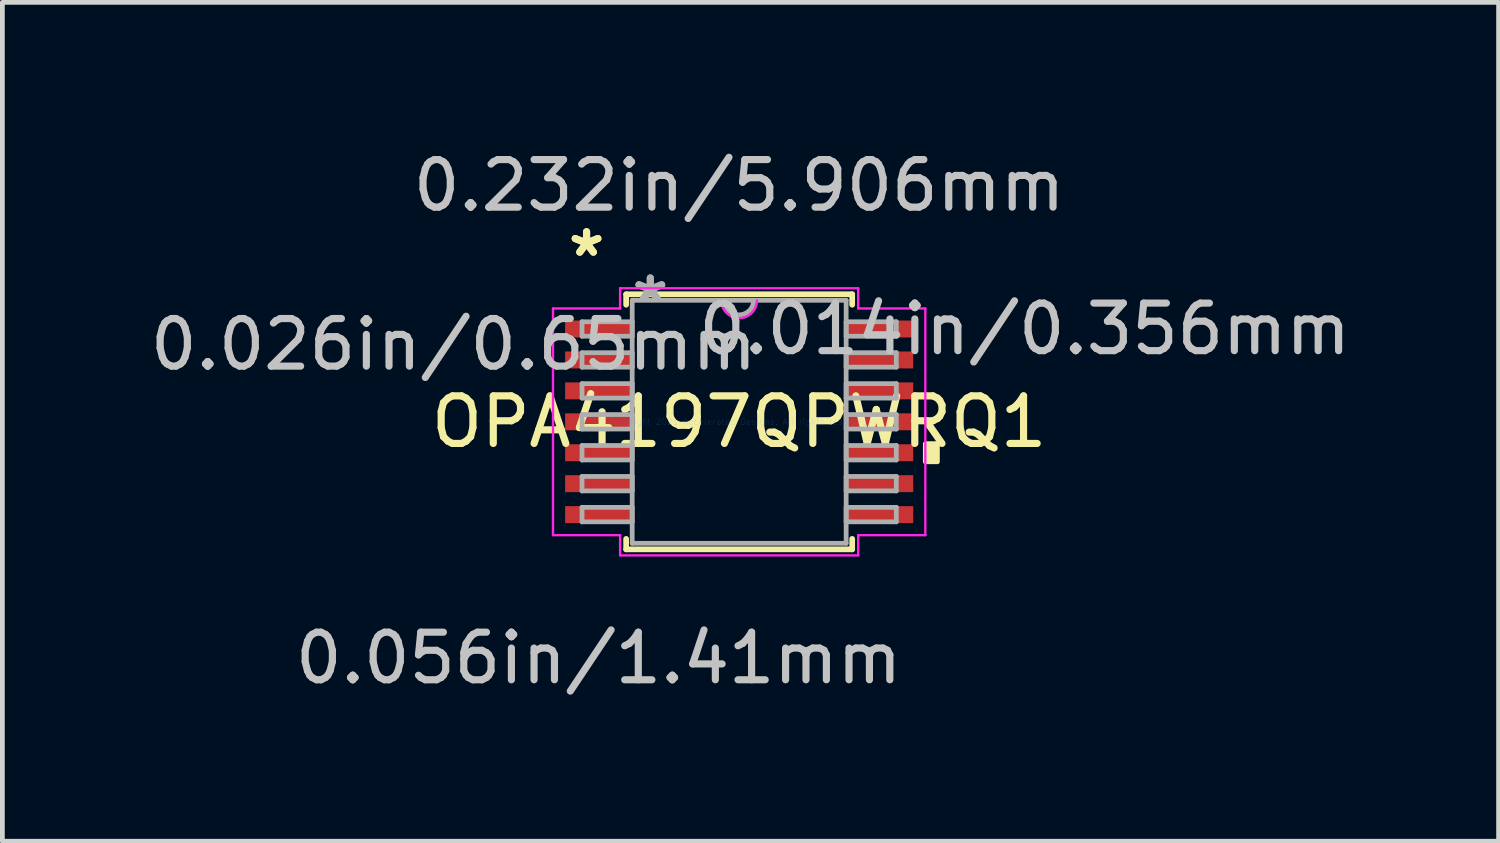
<source format=kicad_pcb>
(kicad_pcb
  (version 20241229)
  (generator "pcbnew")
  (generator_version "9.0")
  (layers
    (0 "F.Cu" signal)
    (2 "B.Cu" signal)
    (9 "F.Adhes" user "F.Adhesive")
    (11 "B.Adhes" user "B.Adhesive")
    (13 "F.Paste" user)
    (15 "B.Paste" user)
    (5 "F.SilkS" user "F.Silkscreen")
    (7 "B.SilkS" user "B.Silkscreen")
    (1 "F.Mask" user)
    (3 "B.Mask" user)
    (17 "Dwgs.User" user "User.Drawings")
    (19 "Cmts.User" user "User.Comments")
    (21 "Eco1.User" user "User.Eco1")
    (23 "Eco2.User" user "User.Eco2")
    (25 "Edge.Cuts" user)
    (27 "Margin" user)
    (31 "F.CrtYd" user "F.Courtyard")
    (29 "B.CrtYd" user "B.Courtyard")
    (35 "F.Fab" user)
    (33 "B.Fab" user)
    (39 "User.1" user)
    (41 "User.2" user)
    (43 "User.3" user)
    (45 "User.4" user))
  (footprint "OPA4197QPWRQ1"
    (layer "F.Cu")
    (at 12.483 5.814)
    (property "Reference" "OPA4197QPWRQ1" (at 0 0 0) (layer "F.SilkS") (effects (font (size 1 1) (thickness 0.15))))
    (attr through_hole)
    (fp_line (start -2.375 -2.68) (end -2.375 -2.46) (stroke (width 0.12) (type solid)) (layer "F.SilkS"))
    (fp_line (start -2.375 2.46) (end -2.375 2.68) (stroke (width 0.12) (type solid)) (layer "F.SilkS"))
    (fp_line (start -2.375 2.68) (end 2.375 2.68) (stroke (width 0.12) (type solid)) (layer "F.SilkS"))
    (fp_line (start 2.375 -2.68) (end -2.375 -2.68) (stroke (width 0.12) (type solid)) (layer "F.SilkS"))
    (fp_line (start 2.375 -2.46) (end 2.375 -2.68) (stroke (width 0.12) (type solid)) (layer "F.SilkS"))
    (fp_line (start 2.375 2.68) (end 2.375 2.46) (stroke (width 0.12) (type solid)) (layer "F.SilkS"))
    (fp_poly (pts (xy 4.166 0.459) (xy 4.166 0.84) (xy 3.912 0.84) (xy 3.912 0.459)) (stroke (width 0.1) (type solid)) (fill yes) (layer "F.SilkS"))
    (fp_line (start -3.912 -2.382) (end -2.502 -2.382) (stroke (width 0.05) (type solid)) (layer "F.CrtYd"))
    (fp_line (start -3.912 2.382) (end -3.912 -2.382) (stroke (width 0.05) (type solid)) (layer "F.CrtYd"))
    (fp_line (start -2.502 -2.807) (end 2.502 -2.807) (stroke (width 0.05) (type solid)) (layer "F.CrtYd"))
    (fp_line (start -2.502 -2.382) (end -2.502 -2.807) (stroke (width 0.05) (type solid)) (layer "F.CrtYd"))
    (fp_line (start -2.502 2.382) (end -3.912 2.382) (stroke (width 0.05) (type solid)) (layer "F.CrtYd"))
    (fp_line (start -2.502 2.807) (end -2.502 2.382) (stroke (width 0.05) (type solid)) (layer "F.CrtYd"))
    (fp_line (start 2.502 -2.807) (end 2.502 -2.382) (stroke (width 0.05) (type solid)) (layer "F.CrtYd"))
    (fp_line (start 2.502 -2.382) (end 3.912 -2.382) (stroke (width 0.05) (type solid)) (layer "F.CrtYd"))
    (fp_line (start 2.502 2.382) (end 2.502 2.807) (stroke (width 0.05) (type solid)) (layer "F.CrtYd"))
    (fp_line (start 2.502 2.807) (end -2.502 2.807) (stroke (width 0.05) (type solid)) (layer "F.CrtYd"))
    (fp_line (start 3.912 -2.382) (end 3.912 2.382) (stroke (width 0.05) (type solid)) (layer "F.CrtYd"))
    (fp_line (start 3.912 2.382) (end 2.502 2.382) (stroke (width 0.05) (type solid)) (layer "F.CrtYd"))
    (fp_arc (start 0.37465 -2.5527) (mid 0 -2.17805) (end -0.37465 -2.5527) (stroke (width 0.05) (type solid)) (layer "F.CrtYd"))
    (fp_line (start -3.302 -2.102) (end -3.302 -1.798) (stroke (width 0.1) (type solid)) (layer "F.Fab"))
    (fp_line (start -3.302 -1.798) (end -2.248 -1.798) (stroke (width 0.1) (type solid)) (layer "F.Fab"))
    (fp_line (start -3.302 -1.452) (end -3.302 -1.148) (stroke (width 0.1) (type solid)) (layer "F.Fab"))
    (fp_line (start -3.302 -1.148) (end -2.248 -1.148) (stroke (width 0.1) (type solid)) (layer "F.Fab"))
    (fp_line (start -3.302 -0.802) (end -3.302 -0.498) (stroke (width 0.1) (type solid)) (layer "F.Fab"))
    (fp_line (start -3.302 -0.498) (end -2.248 -0.498) (stroke (width 0.1) (type solid)) (layer "F.Fab"))
    (fp_line (start -3.302 -0.152) (end -3.302 0.152) (stroke (width 0.1) (type solid)) (layer "F.Fab"))
    (fp_line (start -3.302 0.152) (end -2.248 0.152) (stroke (width 0.1) (type solid)) (layer "F.Fab"))
    (fp_line (start -3.302 0.498) (end -3.302 0.802) (stroke (width 0.1) (type solid)) (layer "F.Fab"))
    (fp_line (start -3.302 0.802) (end -2.248 0.802) (stroke (width 0.1) (type solid)) (layer "F.Fab"))
    (fp_line (start -3.302 1.148) (end -3.302 1.452) (stroke (width 0.1) (type solid)) (layer "F.Fab"))
    (fp_line (start -3.302 1.452) (end -2.248 1.452) (stroke (width 0.1) (type solid)) (layer "F.Fab"))
    (fp_line (start -3.302 1.798) (end -3.302 2.102) (stroke (width 0.1) (type solid)) (layer "F.Fab"))
    (fp_line (start -3.302 2.102) (end -2.248 2.102) (stroke (width 0.1) (type solid)) (layer "F.Fab"))
    (fp_line (start -2.248 -2.553) (end -2.248 2.553) (stroke (width 0.1) (type solid)) (layer "F.Fab"))
    (fp_line (start -2.248 -2.102) (end -3.302 -2.102) (stroke (width 0.1) (type solid)) (layer "F.Fab"))
    (fp_line (start -2.248 -1.798) (end -2.248 -2.102) (stroke (width 0.1) (type solid)) (layer "F.Fab"))
    (fp_line (start -2.248 -1.452) (end -3.302 -1.452) (stroke (width 0.1) (type solid)) (layer "F.Fab"))
    (fp_line (start -2.248 -1.148) (end -2.248 -1.452) (stroke (width 0.1) (type solid)) (layer "F.Fab"))
    (fp_line (start -2.248 -0.802) (end -3.302 -0.802) (stroke (width 0.1) (type solid)) (layer "F.Fab"))
    (fp_line (start -2.248 -0.498) (end -2.248 -0.802) (stroke (width 0.1) (type solid)) (layer "F.Fab"))
    (fp_line (start -2.248 -0.152) (end -3.302 -0.152) (stroke (width 0.1) (type solid)) (layer "F.Fab"))
    (fp_line (start -2.248 0.152) (end -2.248 -0.152) (stroke (width 0.1) (type solid)) (layer "F.Fab"))
    (fp_line (start -2.248 0.498) (end -3.302 0.498) (stroke (width 0.1) (type solid)) (layer "F.Fab"))
    (fp_line (start -2.248 0.802) (end -2.248 0.498) (stroke (width 0.1) (type solid)) (layer "F.Fab"))
    (fp_line (start -2.248 1.148) (end -3.302 1.148) (stroke (width 0.1) (type solid)) (layer "F.Fab"))
    (fp_line (start -2.248 1.452) (end -2.248 1.148) (stroke (width 0.1) (type solid)) (layer "F.Fab"))
    (fp_line (start -2.248 1.798) (end -3.302 1.798) (stroke (width 0.1) (type solid)) (layer "F.Fab"))
    (fp_line (start -2.248 2.102) (end -2.248 1.798) (stroke (width 0.1) (type solid)) (layer "F.Fab"))
    (fp_line (start -2.248 2.553) (end 2.248 2.553) (stroke (width 0.1) (type solid)) (layer "F.Fab"))
    (fp_line (start 2.248 -2.553) (end -2.248 -2.553) (stroke (width 0.1) (type solid)) (layer "F.Fab"))
    (fp_line (start 2.248 -2.102) (end 2.248 -1.798) (stroke (width 0.1) (type solid)) (layer "F.Fab"))
    (fp_line (start 2.248 -1.798) (end 3.302 -1.798) (stroke (width 0.1) (type solid)) (layer "F.Fab"))
    (fp_line (start 2.248 -1.452) (end 2.248 -1.148) (stroke (width 0.1) (type solid)) (layer "F.Fab"))
    (fp_line (start 2.248 -1.148) (end 3.302 -1.148) (stroke (width 0.1) (type solid)) (layer "F.Fab"))
    (fp_line (start 2.248 -0.802) (end 2.248 -0.498) (stroke (width 0.1) (type solid)) (layer "F.Fab"))
    (fp_line (start 2.248 -0.498) (end 3.302 -0.498) (stroke (width 0.1) (type solid)) (layer "F.Fab"))
    (fp_line (start 2.248 -0.152) (end 2.248 0.152) (stroke (width 0.1) (type solid)) (layer "F.Fab"))
    (fp_line (start 2.248 0.152) (end 3.302 0.152) (stroke (width 0.1) (type solid)) (layer "F.Fab"))
    (fp_line (start 2.248 0.498) (end 2.248 0.802) (stroke (width 0.1) (type solid)) (layer "F.Fab"))
    (fp_line (start 2.248 0.802) (end 3.302 0.802) (stroke (width 0.1) (type solid)) (layer "F.Fab"))
    (fp_line (start 2.248 1.148) (end 2.248 1.452) (stroke (width 0.1) (type solid)) (layer "F.Fab"))
    (fp_line (start 2.248 1.452) (end 3.302 1.452) (stroke (width 0.1) (type solid)) (layer "F.Fab"))
    (fp_line (start 2.248 1.798) (end 2.248 2.102) (stroke (width 0.1) (type solid)) (layer "F.Fab"))
    (fp_line (start 2.248 2.102) (end 3.302 2.102) (stroke (width 0.1) (type solid)) (layer "F.Fab"))
    (fp_line (start 2.248 2.553) (end 2.248 -2.553) (stroke (width 0.1) (type solid)) (layer "F.Fab"))
    (fp_line (start 3.302 -2.102) (end 2.248 -2.102) (stroke (width 0.1) (type solid)) (layer "F.Fab"))
    (fp_line (start 3.302 -1.798) (end 3.302 -2.102) (stroke (width 0.1) (type solid)) (layer "F.Fab"))
    (fp_line (start 3.302 -1.452) (end 2.248 -1.452) (stroke (width 0.1) (type solid)) (layer "F.Fab"))
    (fp_line (start 3.302 -1.148) (end 3.302 -1.452) (stroke (width 0.1) (type solid)) (layer "F.Fab"))
    (fp_line (start 3.302 -0.802) (end 2.248 -0.802) (stroke (width 0.1) (type solid)) (layer "F.Fab"))
    (fp_line (start 3.302 -0.498) (end 3.302 -0.802) (stroke (width 0.1) (type solid)) (layer "F.Fab"))
    (fp_line (start 3.302 -0.152) (end 2.248 -0.152) (stroke (width 0.1) (type solid)) (layer "F.Fab"))
    (fp_line (start 3.302 0.152) (end 3.302 -0.152) (stroke (width 0.1) (type solid)) (layer "F.Fab"))
    (fp_line (start 3.302 0.498) (end 2.248 0.498) (stroke (width 0.1) (type solid)) (layer "F.Fab"))
    (fp_line (start 3.302 0.802) (end 3.302 0.498) (stroke (width 0.1) (type solid)) (layer "F.Fab"))
    (fp_line (start 3.302 1.148) (end 2.248 1.148) (stroke (width 0.1) (type solid)) (layer "F.Fab"))
    (fp_line (start 3.302 1.452) (end 3.302 1.148) (stroke (width 0.1) (type solid)) (layer "F.Fab"))
    (fp_line (start 3.302 1.798) (end 2.248 1.798) (stroke (width 0.1) (type solid)) (layer "F.Fab"))
    (fp_line (start 3.302 2.102) (end 3.302 1.798) (stroke (width 0.1) (type solid)) (layer "F.Fab"))
    (fp_arc (start 0.3048 -2.5527) (mid 0 -2.2479) (end -0.3048 -2.5527) (stroke (width 0.1) (type solid)) (layer "F.Fab"))
    (fp_text user "*" (at -3.207 -3.449 0) (layer "F.SilkS") (effects (font (size 1 1) (thickness 0.15))))
    (fp_text user "*" (at -3.207 -3.449 0) (layer "F.SilkS") (effects (font (size 1 1) (thickness 0.15))))
    (fp_text user "0.056in/1.41mm" (at -2.953 4.966 0) (layer "Dwgs.User") (effects (font (size 1 1) (thickness 0.15))))
    (fp_text user "0.232in/5.906mm" (at 0 -4.966 0) (layer "Dwgs.User") (effects (font (size 1 1) (thickness 0.15))))
    (fp_text user "0.014in/0.356mm" (at 6.001 -1.95 0) (layer "Dwgs.User") (effects (font (size 1 1) (thickness 0.15))))
    (fp_text user "0.026in/0.65mm" (at -6.001 -1.625 0) (layer "Dwgs.User") (effects (font (size 1 1) (thickness 0.15))))
    (fp_text user "Copyright 2021 Accelerated Designs. All rights reserved." (at 0 0 0) (layer "Cmts.User") (effects (font (size 0.127 0.127) (thickness 0.002))))
    (fp_text user "*" (at -1.867 -2.477 0) (layer "F.Fab") (effects (font (size 1 1) (thickness 0.15))))
    (fp_text user "*" (at -1.867 -2.477 0) (layer "F.Fab") (effects (font (size 1 1) (thickness 0.15))))
    (pad "1" smd rect (at -2.953 -1.95) (size 1.41 0.356) (layers "F.Cu" "F.Mask" "F.Paste"))
    (pad "2" smd rect (at -2.953 -1.3) (size 1.41 0.356) (layers "F.Cu" "F.Mask" "F.Paste"))
    (pad "3" smd rect (at -2.953 -0.65) (size 1.41 0.356) (layers "F.Cu" "F.Mask" "F.Paste"))
    (pad "4" smd rect (at -2.953 0) (size 1.41 0.356) (layers "F.Cu" "F.Mask" "F.Paste"))
    (pad "5" smd rect (at -2.953 0.65) (size 1.41 0.356) (layers "F.Cu" "F.Mask" "F.Paste"))
    (pad "6" smd rect (at -2.953 1.3) (size 1.41 0.356) (layers "F.Cu" "F.Mask" "F.Paste"))
    (pad "7" smd rect (at -2.953 1.95) (size 1.41 0.356) (layers "F.Cu" "F.Mask" "F.Paste"))
    (pad "8" smd rect (at 2.953 1.95) (size 1.41 0.356) (layers "F.Cu" "F.Mask" "F.Paste"))
    (pad "9" smd rect (at 2.953 1.3) (size 1.41 0.356) (layers "F.Cu" "F.Mask" "F.Paste"))
    (pad "10" smd rect (at 2.953 0.65) (size 1.41 0.356) (layers "F.Cu" "F.Mask" "F.Paste"))
    (pad "11" smd rect (at 2.953 0) (size 1.41 0.356) (layers "F.Cu" "F.Mask" "F.Paste"))
    (pad "12" smd rect (at 2.953 -0.65) (size 1.41 0.356) (layers "F.Cu" "F.Mask" "F.Paste"))
    (pad "13" smd rect (at 2.953 -1.3) (size 1.41 0.356) (layers "F.Cu" "F.Mask" "F.Paste"))
    (pad "14" smd rect (at 2.953 -1.95) (size 1.41 0.356) (layers "F.Cu" "F.Mask" "F.Paste")))
  (gr_rect
    (start -3 -3)
    (end 28.442 14.628)
    (stroke (width 0.1) (type default))
    (fill no)
    (layer "Edge.Cuts")))
</source>
